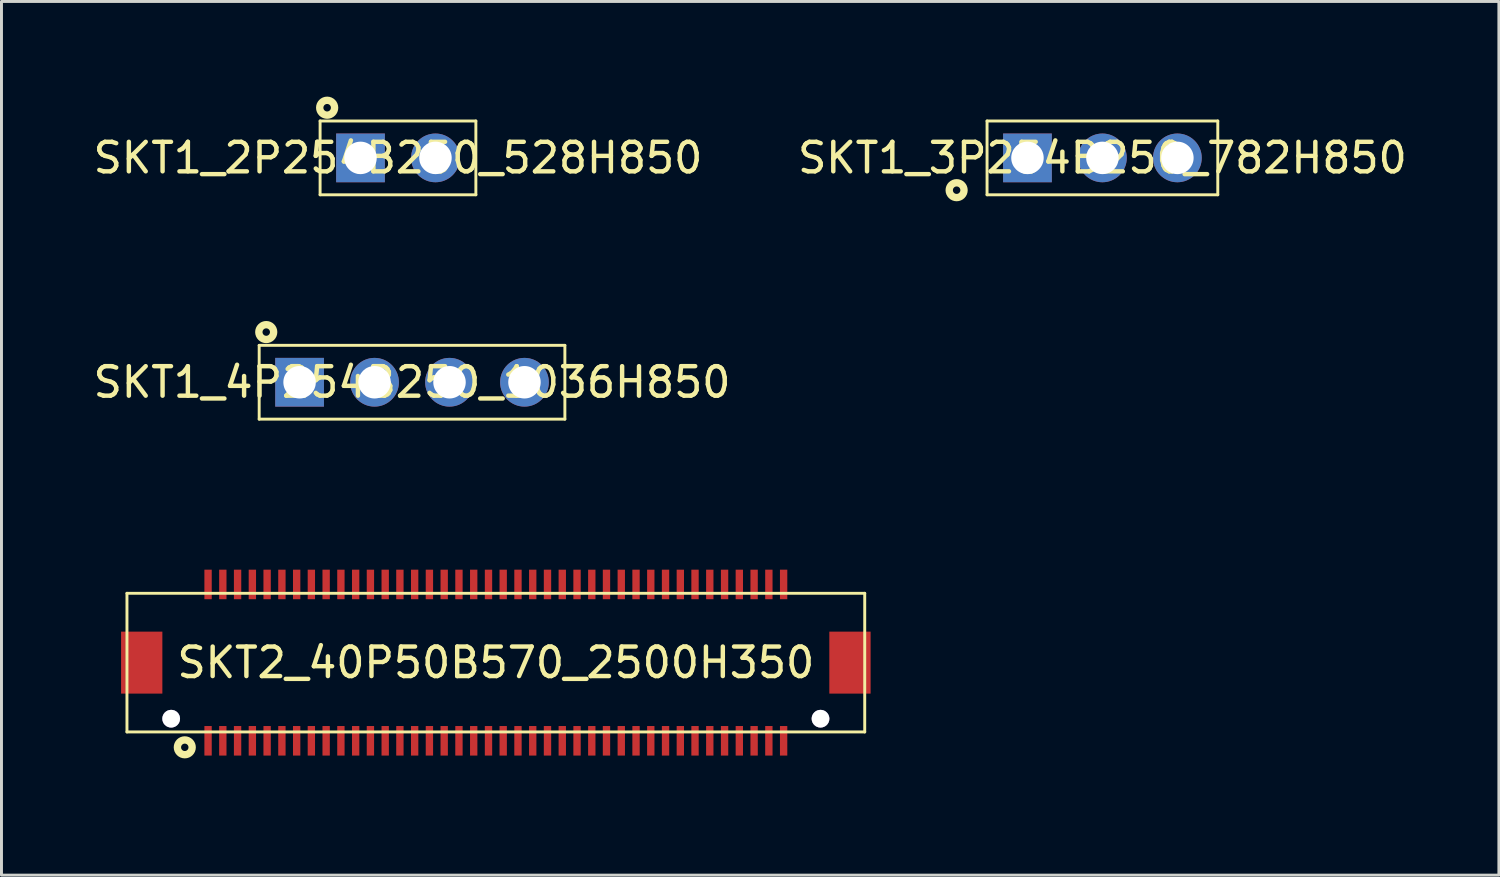
<source format=kicad_pcb>
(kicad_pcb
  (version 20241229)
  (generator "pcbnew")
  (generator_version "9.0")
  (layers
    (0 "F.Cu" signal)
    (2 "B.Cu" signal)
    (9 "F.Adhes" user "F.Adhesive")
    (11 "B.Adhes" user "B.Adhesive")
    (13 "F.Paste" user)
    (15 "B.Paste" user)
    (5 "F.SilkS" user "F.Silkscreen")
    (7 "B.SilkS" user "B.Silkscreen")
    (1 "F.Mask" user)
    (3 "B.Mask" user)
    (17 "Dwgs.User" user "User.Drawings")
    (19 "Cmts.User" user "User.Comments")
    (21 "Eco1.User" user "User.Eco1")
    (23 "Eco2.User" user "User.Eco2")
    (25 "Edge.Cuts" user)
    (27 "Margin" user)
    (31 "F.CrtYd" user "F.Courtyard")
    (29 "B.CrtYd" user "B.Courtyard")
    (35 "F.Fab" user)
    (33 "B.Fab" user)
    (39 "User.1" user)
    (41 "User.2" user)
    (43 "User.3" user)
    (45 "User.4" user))
  (footprint "SKT1_2P254B250_528H850"
    (layer "F.Cu")
    (at 10.435 2.3)
    (property "Reference" "SKT1_2P254B250_528H850" (at 0 0 0) (layer "F.SilkS") (effects (font (size 1 1) (thickness 0.15))))
    (fp_line (start -2.639 -1.25) (end -2.639 1.25) (stroke (width 0.099) (type default)) (layer "F.SilkS"))
    (fp_line (start 2.639 -1.25) (end -2.639 -1.25) (stroke (width 0.099) (type default)) (layer "F.SilkS"))
    (fp_line (start 2.639 -1.25) (end 2.639 1.25) (stroke (width 0.099) (type default)) (layer "F.SilkS"))
    (fp_line (start 2.639 1.25) (end -2.639 1.25) (stroke (width 0.099) (type default)) (layer "F.SilkS"))
    (fp_circle (center -2.4 -1.7) (end -2.148 -1.7) (stroke (width 0.249) (type default)) (fill no) (layer "F.SilkS"))
    (fp_line (start -3.64 -2.251) (end -3.64 2.251) (stroke (width 0.025) (type default)) (layer "User.1"))
    (fp_line (start 3.64 -2.251) (end -3.64 -2.251) (stroke (width 0.025) (type default)) (layer "User.1"))
    (fp_line (start 3.64 -2.251) (end 3.64 2.251) (stroke (width 0.025) (type default)) (layer "User.1"))
    (fp_line (start 3.64 2.251) (end -3.64 2.251) (stroke (width 0.025) (type default)) (layer "User.1"))
    (fp_poly (pts (xy -3.099 1.829) (xy -3.099 -1.829) (xy 3.099 -1.829) (xy 3.099 1.829)) (stroke (width 0.1) (type default)) (fill no) (layer "User.1"))
    (fp_poly (pts (xy -3.099 1.829) (xy -3.099 -1.829) (xy 3.099 -1.829) (xy 3.099 1.829)) (stroke (width 0.1) (type default)) (fill no) (layer "User.1"))
    (fp_poly (pts (xy -2.639 1.25) (xy 2.639 1.25) (xy 2.639 -1.25) (xy -2.639 -1.25)) (stroke (width 0.1) (type default)) (fill no) (layer "User.1"))
    (fp_poly (pts (xy -2.639 1.25) (xy 2.639 1.25) (xy 2.639 -1.25) (xy -2.639 -1.25)) (stroke (width 0.1) (type default)) (fill no) (layer "User.1"))
    (fp_poly (pts (xy -3.64 2.251) (xy -2.659 2.251) (xy -2.659 -1.27) (xy 2.659 -1.27) (xy 2.659 1.28) (xy -2.639 1.28) (xy -2.639 2.251) (xy 3.64 2.251) (xy 3.64 -2.251) (xy -3.64 -2.251)) (stroke (width 0.1) (type default)) (fill no) (layer "User.1"))
    (fp_poly (pts (xy -3.64 2.251) (xy -2.659 2.251) (xy -2.659 -1.27) (xy 2.659 -1.27) (xy 2.659 1.28) (xy -2.639 1.28) (xy -2.639 2.251) (xy 3.64 2.251) (xy 3.64 -2.251) (xy -3.64 -2.251)) (stroke (width 0.1) (type default)) (fill no) (layer "User.1"))
    (pad "1" thru_hole rect (at -1.27 0 180) (size 1.651 1.651) (drill 1.1) (layers "*.Cu" "*.Mask"))
    (pad "2" thru_hole circle (at 1.27 0 180) (size 1.651 1.651) (drill 1.1) (layers "*.Cu" "*.Mask")))
  (footprint "SKT1_4P254B250_1036H850"
    (layer "F.Cu")
    (at 10.911 9.902)
    (property "Reference" "SKT1_4P254B250_1036H850" (at 0 0 0) (layer "F.SilkS") (effects (font (size 1 1) (thickness 0.15))))
    (fp_line (start -5.179 -1.25) (end 5.179 -1.25) (stroke (width 0.099) (type default)) (layer "F.SilkS"))
    (fp_line (start -5.179 1.25) (end -5.179 -1.25) (stroke (width 0.099) (type default)) (layer "F.SilkS"))
    (fp_line (start -5.179 1.25) (end 5.179 1.25) (stroke (width 0.099) (type default)) (layer "F.SilkS"))
    (fp_line (start 5.179 1.25) (end 5.179 -1.25) (stroke (width 0.099) (type default)) (layer "F.SilkS"))
    (fp_circle (center -4.94 -1.7) (end -4.689 -1.7) (stroke (width 0.249) (type default)) (fill no) (layer "F.SilkS"))
    (fp_line (start -6.18 -2.251) (end 6.18 -2.251) (stroke (width 0.025) (type default)) (layer "User.1"))
    (fp_line (start -6.18 2.251) (end -6.18 -2.251) (stroke (width 0.025) (type default)) (layer "User.1"))
    (fp_line (start -6.18 2.251) (end -5.7 2.251) (stroke (width 0.025) (type default)) (layer "User.1"))
    (fp_line (start -5.7 2.251) (end 6.18 2.251) (stroke (width 0.025) (type default)) (layer "User.1"))
    (fp_line (start 6.18 2.251) (end 6.18 -2.251) (stroke (width 0.025) (type default)) (layer "User.1"))
    (fp_poly (pts (xy -5.639 1.829) (xy -5.639 -1.829) (xy 5.7 -1.829) (xy 5.7 1.829)) (stroke (width 0.1) (type default)) (fill no) (layer "User.1"))
    (fp_poly (pts (xy -5.639 1.829) (xy -5.639 -1.829) (xy 5.7 -1.829) (xy 5.7 1.829)) (stroke (width 0.1) (type default)) (fill no) (layer "User.1"))
    (fp_poly (pts (xy -5.179 1.25) (xy 5.179 1.25) (xy 5.179 -1.25) (xy -5.179 -1.25)) (stroke (width 0.1) (type default)) (fill no) (layer "User.1"))
    (fp_poly (pts (xy -5.179 1.25) (xy 5.179 1.25) (xy 5.179 -1.25) (xy -5.179 -1.25)) (stroke (width 0.1) (type default)) (fill no) (layer "User.1"))
    (fp_poly (pts (xy -6.18 2.251) (xy -5.22 2.251) (xy -5.22 -1.28) (xy 5.199 -1.28) (xy 5.199 1.28) (xy -5.189 1.28) (xy -5.189 2.251) (xy 6.18 2.251) (xy 6.18 -2.251) (xy -6.18 -2.251)) (stroke (width 0.1) (type default)) (fill no) (layer "User.1"))
    (fp_poly (pts (xy -6.18 2.251) (xy -5.22 2.251) (xy -5.22 -1.28) (xy 5.199 -1.28) (xy 5.199 1.28) (xy -5.189 1.28) (xy -5.189 2.251) (xy 6.18 2.251) (xy 6.18 -2.251) (xy -6.18 -2.251)) (stroke (width 0.1) (type default)) (fill no) (layer "User.1"))
    (pad "1" thru_hole rect (at -3.81 0) (size 1.651 1.651) (drill 1.1) (layers "*.Cu" "*.Mask"))
    (pad "2" thru_hole circle (at -1.27 0) (size 1.651 1.651) (drill 1.1) (layers "*.Cu" "*.Mask"))
    (pad "3" thru_hole circle (at 1.27 0) (size 1.651 1.651) (drill 1.1) (layers "*.Cu" "*.Mask"))
    (pad "4" thru_hole circle (at 3.81 0) (size 1.651 1.651) (drill 1.1) (layers "*.Cu" "*.Mask")))
  (footprint "SKT2_40P50B570_2500H350"
    (layer "F.Cu")
    (at 13.751 19.402)
    (property "Reference" "SKT2_40P50B570_2500H350" (at 0 0 0) (layer "F.SilkS") (effects (font (size 1 1) (thickness 0.15))))
    (fp_line (start -12.499 -2.349) (end -12.499 2.349) (stroke (width 0.099) (type default)) (layer "F.SilkS"))
    (fp_line (start 12.499 -2.349) (end -12.499 -2.349) (stroke (width 0.099) (type default)) (layer "F.SilkS"))
    (fp_line (start 12.499 -2.349) (end 12.499 2.349) (stroke (width 0.099) (type default)) (layer "F.SilkS"))
    (fp_line (start 12.499 2.349) (end -12.499 2.349) (stroke (width 0.099) (type default)) (layer "F.SilkS"))
    (fp_circle (center -10.54 2.87) (end -10.29 2.87) (stroke (width 0.249) (type default)) (fill no) (layer "F.SilkS"))
    (fp_line (start -13.701 -4.151) (end -13.701 4.151) (stroke (width 0.025) (type default)) (layer "User.1"))
    (fp_line (start 13.701 -4.151) (end -13.701 -4.151) (stroke (width 0.025) (type default)) (layer "User.1"))
    (fp_line (start 13.701 -4.151) (end 13.701 4.151) (stroke (width 0.025) (type default)) (layer "User.1"))
    (fp_line (start 13.701 4.151) (end -13.701 4.151) (stroke (width 0.025) (type default)) (layer "User.1"))
    (fp_poly (pts (xy 12.499 2.349) (xy 12.499 -2.349) (xy -12.499 -2.349) (xy -12.499 2.349)) (stroke (width 0.1) (type default)) (fill no) (layer "User.1"))
    (fp_poly (pts (xy 12.499 2.349) (xy 12.499 -2.349) (xy -12.499 -2.349) (xy -12.499 2.349)) (stroke (width 0.1) (type default)) (fill no) (layer "User.1"))
    (fp_poly (pts (xy 13.701 4.151) (xy 13.701 -4.151) (xy -12.639 -4.151) (xy -12.639 -2.469) (xy 12.659 -2.469) (xy 12.659 2.53) (xy -12.68 2.53) (xy -12.68 -4.151) (xy -13.701 -4.151) (xy -13.701 4.151)) (stroke (width 0.1) (type default)) (fill no) (layer "User.1"))
    (fp_poly (pts (xy 13.701 4.151) (xy 13.701 -4.151) (xy -12.639 -4.151) (xy -12.639 -2.469) (xy 12.659 -2.469) (xy 12.659 2.53) (xy -12.68 2.53) (xy -12.68 -4.151) (xy -13.701 -4.151) (xy -13.701 4.151)) (stroke (width 0.1) (type default)) (fill no) (layer "User.1"))
    (fp_poly (pts (xy -12.311 1.9) (xy -12.266 2.24) (xy -12.136 2.555) (xy -11.927 2.827) (xy -11.655 3.035) (xy -11.339 3.166) (xy -11 3.211) (xy -10.661 3.166) (xy -10.345 3.035) (xy -10.073 2.827) (xy -9.864 2.555) (xy -9.734 2.24) (xy -9.689 1.9) (xy -9.734 1.56) (xy -9.864 1.244) (xy -10.073 0.973) (xy -10.345 0.764) (xy -10.661 0.634) (xy -11 0.589) (xy -11.339 0.634) (xy -11.655 0.764) (xy -11.927 0.973) (xy -12.136 1.244) (xy -12.266 1.56)) (stroke (width 0.1) (type default)) (fill no) (layer "User.1"))
    (fp_poly (pts (xy -12.311 1.9) (xy -12.266 2.24) (xy -12.136 2.555) (xy -11.927 2.827) (xy -11.655 3.035) (xy -11.339 3.166) (xy -11 3.211) (xy -10.661 3.166) (xy -10.345 3.035) (xy -10.073 2.827) (xy -9.864 2.555) (xy -9.734 2.24) (xy -9.689 1.9) (xy -9.734 1.56) (xy -9.864 1.244) (xy -10.073 0.973) (xy -10.345 0.764) (xy -10.661 0.634) (xy -11 0.589) (xy -11.339 0.634) (xy -11.655 0.764) (xy -11.927 0.973) (xy -12.136 1.244) (xy -12.266 1.56)) (stroke (width 0.1) (type default)) (fill no) (layer "User.1"))
    (fp_poly (pts (xy 9.688 1.9) (xy 9.732 2.24) (xy 9.864 2.556) (xy 10.072 2.828) (xy 10.344 3.037) (xy 10.661 3.168) (xy 11 3.212) (xy 11.339 3.168) (xy 11.656 3.037) (xy 11.928 2.828) (xy 12.136 2.556) (xy 12.268 2.24) (xy 12.312 1.9) (xy 12.268 1.56) (xy 12.136 1.244) (xy 11.928 0.972) (xy 11.656 0.763) (xy 11.339 0.632) (xy 11 0.588) (xy 10.661 0.632) (xy 10.344 0.763) (xy 10.072 0.972) (xy 9.864 1.244) (xy 9.732 1.56)) (stroke (width 0.1) (type default)) (fill no) (layer "User.1"))
    (fp_poly (pts (xy 9.688 1.9) (xy 9.732 2.24) (xy 9.864 2.556) (xy 10.072 2.828) (xy 10.344 3.037) (xy 10.661 3.168) (xy 11 3.212) (xy 11.339 3.168) (xy 11.656 3.037) (xy 11.928 2.828) (xy 12.136 2.556) (xy 12.268 2.24) (xy 12.312 1.9) (xy 12.268 1.56) (xy 12.136 1.244) (xy 11.928 0.972) (xy 11.656 0.763) (xy 11.339 0.632) (xy 11 0.588) (xy 10.661 0.632) (xy 10.344 0.763) (xy 10.072 0.972) (xy 9.864 1.244) (xy 9.732 1.56)) (stroke (width 0.1) (type default)) (fill no) (layer "User.1"))
    (pad "1" smd rect (at -9.751 2.649 180) (size 0.249 1.001) (layers "F.Cu" "F.Mask" "F.Paste"))
    (pad "2" smd rect (at -9.751 -2.649 180) (size 0.249 1.001) (layers "F.Cu" "F.Mask" "F.Paste"))
    (pad "3" smd rect (at -9.251 2.649 180) (size 0.249 1.001) (layers "F.Cu" "F.Mask" "F.Paste"))
    (pad "4" smd rect (at -9.251 -2.649 180) (size 0.249 1.001) (layers "F.Cu" "F.Mask" "F.Paste"))
    (pad "5" smd rect (at -8.751 2.649 180) (size 0.249 1.001) (layers "F.Cu" "F.Mask" "F.Paste"))
    (pad "6" smd rect (at -8.751 -2.649 180) (size 0.249 1.001) (layers "F.Cu" "F.Mask" "F.Paste"))
    (pad "7" smd rect (at -8.25 2.649 180) (size 0.249 1.001) (layers "F.Cu" "F.Mask" "F.Paste"))
    (pad "8" smd rect (at -8.25 -2.649 180) (size 0.249 1.001) (layers "F.Cu" "F.Mask" "F.Paste"))
    (pad "9" smd rect (at -7.75 2.649 180) (size 0.249 1.001) (layers "F.Cu" "F.Mask" "F.Paste"))
    (pad "10" smd rect (at -7.75 -2.649 180) (size 0.249 1.001) (layers "F.Cu" "F.Mask" "F.Paste"))
    (pad "11" smd rect (at -7.249 2.649 180) (size 0.249 1.001) (layers "F.Cu" "F.Mask" "F.Paste"))
    (pad "12" smd rect (at -7.249 -2.649 180) (size 0.249 1.001) (layers "F.Cu" "F.Mask" "F.Paste"))
    (pad "13" smd rect (at -6.749 2.649 180) (size 0.249 1.001) (layers "F.Cu" "F.Mask" "F.Paste"))
    (pad "14" smd rect (at -6.749 -2.649 180) (size 0.249 1.001) (layers "F.Cu" "F.Mask" "F.Paste"))
    (pad "15" smd rect (at -6.251 2.649 180) (size 0.249 1.001) (layers "F.Cu" "F.Mask" "F.Paste"))
    (pad "16" smd rect (at -6.251 -2.649 180) (size 0.249 1.001) (layers "F.Cu" "F.Mask" "F.Paste"))
    (pad "17" smd rect (at -5.75 2.649 180) (size 0.249 1.001) (layers "F.Cu" "F.Mask" "F.Paste"))
    (pad "18" smd rect (at -5.75 -2.649 180) (size 0.249 1.001) (layers "F.Cu" "F.Mask" "F.Paste"))
    (pad "19" smd rect (at -5.25 2.649 180) (size 0.249 1.001) (layers "F.Cu" "F.Mask" "F.Paste"))
    (pad "20" smd rect (at -5.25 -2.649 180) (size 0.249 1.001) (layers "F.Cu" "F.Mask" "F.Paste"))
    (pad "21" smd rect (at -4.75 2.649 180) (size 0.249 1.001) (layers "F.Cu" "F.Mask" "F.Paste"))
    (pad "22" smd rect (at -4.75 -2.649 180) (size 0.249 1.001) (layers "F.Cu" "F.Mask" "F.Paste"))
    (pad "23" smd rect (at -4.25 2.649 180) (size 0.249 1.001) (layers "F.Cu" "F.Mask" "F.Paste"))
    (pad "24" smd rect (at -4.25 -2.649 180) (size 0.249 1.001) (layers "F.Cu" "F.Mask" "F.Paste"))
    (pad "25" smd rect (at -3.749 2.649 180) (size 0.249 1.001) (layers "F.Cu" "F.Mask" "F.Paste"))
    (pad "26" smd rect (at -3.749 -2.649 180) (size 0.249 1.001) (layers "F.Cu" "F.Mask" "F.Paste"))
    (pad "27" smd rect (at -3.251 2.649 180) (size 0.249 1.001) (layers "F.Cu" "F.Mask" "F.Paste"))
    (pad "28" smd rect (at -3.251 -2.649 180) (size 0.249 1.001) (layers "F.Cu" "F.Mask" "F.Paste"))
    (pad "29" smd rect (at -2.751 2.649 180) (size 0.249 1.001) (layers "F.Cu" "F.Mask" "F.Paste"))
    (pad "30" smd rect (at -2.751 -2.649 180) (size 0.249 1.001) (layers "F.Cu" "F.Mask" "F.Paste"))
    (pad "31" smd rect (at -2.251 2.649 180) (size 0.249 1.001) (layers "F.Cu" "F.Mask" "F.Paste"))
    (pad "32" smd rect (at -2.251 -2.649 180) (size 0.249 1.001) (layers "F.Cu" "F.Mask" "F.Paste"))
    (pad "33" smd rect (at -1.75 2.649 180) (size 0.249 1.001) (layers "F.Cu" "F.Mask" "F.Paste"))
    (pad "34" smd rect (at -1.75 -2.649 180) (size 0.249 1.001) (layers "F.Cu" "F.Mask" "F.Paste"))
    (pad "35" smd rect (at -1.25 2.649 180) (size 0.249 1.001) (layers "F.Cu" "F.Mask" "F.Paste"))
    (pad "36" smd rect (at -1.25 -2.649 180) (size 0.249 1.001) (layers "F.Cu" "F.Mask" "F.Paste"))
    (pad "37" smd rect (at -0.75 2.649 180) (size 0.249 1.001) (layers "F.Cu" "F.Mask" "F.Paste"))
    (pad "38" smd rect (at -0.75 -2.649 180) (size 0.249 1.001) (layers "F.Cu" "F.Mask" "F.Paste"))
    (pad "39" smd rect (at -0.249 2.649 180) (size 0.249 1.001) (layers "F.Cu" "F.Mask" "F.Paste"))
    (pad "40" smd rect (at -0.249 -2.649 180) (size 0.249 1.001) (layers "F.Cu" "F.Mask" "F.Paste"))
    (pad "41" smd rect (at 0.249 2.649 180) (size 0.249 1.001) (layers "F.Cu" "F.Mask" "F.Paste"))
    (pad "42" smd rect (at 0.249 -2.649 180) (size 0.249 1.001) (layers "F.Cu" "F.Mask" "F.Paste"))
    (pad "43" smd rect (at 0.75 2.649 180) (size 0.249 1.001) (layers "F.Cu" "F.Mask" "F.Paste"))
    (pad "44" smd rect (at 0.75 -2.649 180) (size 0.249 1.001) (layers "F.Cu" "F.Mask" "F.Paste"))
    (pad "45" smd rect (at 1.25 2.649 180) (size 0.249 1.001) (layers "F.Cu" "F.Mask" "F.Paste"))
    (pad "46" smd rect (at 1.25 -2.649 180) (size 0.249 1.001) (layers "F.Cu" "F.Mask" "F.Paste"))
    (pad "47" smd rect (at 1.75 2.649 180) (size 0.249 1.001) (layers "F.Cu" "F.Mask" "F.Paste"))
    (pad "48" smd rect (at 1.75 -2.649 180) (size 0.249 1.001) (layers "F.Cu" "F.Mask" "F.Paste"))
    (pad "49" smd rect (at 2.251 2.649 180) (size 0.249 1.001) (layers "F.Cu" "F.Mask" "F.Paste"))
    (pad "50" smd rect (at 2.251 -2.649 180) (size 0.249 1.001) (layers "F.Cu" "F.Mask" "F.Paste"))
    (pad "51" smd rect (at 2.751 2.649 180) (size 0.249 1.001) (layers "F.Cu" "F.Mask" "F.Paste"))
    (pad "52" smd rect (at 2.751 -2.649 180) (size 0.249 1.001) (layers "F.Cu" "F.Mask" "F.Paste"))
    (pad "53" smd rect (at 3.251 2.649 180) (size 0.249 1.001) (layers "F.Cu" "F.Mask" "F.Paste"))
    (pad "54" smd rect (at 3.251 -2.649 180) (size 0.249 1.001) (layers "F.Cu" "F.Mask" "F.Paste"))
    (pad "55" smd rect (at 3.749 2.649 180) (size 0.249 1.001) (layers "F.Cu" "F.Mask" "F.Paste"))
    (pad "56" smd rect (at 3.749 -2.649 180) (size 0.249 1.001) (layers "F.Cu" "F.Mask" "F.Paste"))
    (pad "57" smd rect (at 4.25 2.649 180) (size 0.249 1.001) (layers "F.Cu" "F.Mask" "F.Paste"))
    (pad "58" smd rect (at 4.25 -2.649 180) (size 0.249 1.001) (layers "F.Cu" "F.Mask" "F.Paste"))
    (pad "59" smd rect (at 4.75 2.649 180) (size 0.249 1.001) (layers "F.Cu" "F.Mask" "F.Paste"))
    (pad "60" smd rect (at 4.75 -2.649 180) (size 0.249 1.001) (layers "F.Cu" "F.Mask" "F.Paste"))
    (pad "61" smd rect (at 5.25 2.649 180) (size 0.249 1.001) (layers "F.Cu" "F.Mask" "F.Paste"))
    (pad "62" smd rect (at 5.25 -2.649 180) (size 0.249 1.001) (layers "F.Cu" "F.Mask" "F.Paste"))
    (pad "63" smd rect (at 5.75 2.649 180) (size 0.249 1.001) (layers "F.Cu" "F.Mask" "F.Paste"))
    (pad "64" smd rect (at 5.75 -2.649 180) (size 0.249 1.001) (layers "F.Cu" "F.Mask" "F.Paste"))
    (pad "65" smd rect (at 6.251 2.649 180) (size 0.249 1.001) (layers "F.Cu" "F.Mask" "F.Paste"))
    (pad "66" smd rect (at 6.251 -2.649 180) (size 0.249 1.001) (layers "F.Cu" "F.Mask" "F.Paste"))
    (pad "67" smd rect (at 6.749 2.649 180) (size 0.249 1.001) (layers "F.Cu" "F.Mask" "F.Paste"))
    (pad "68" smd rect (at 6.749 -2.649 180) (size 0.249 1.001) (layers "F.Cu" "F.Mask" "F.Paste"))
    (pad "69" smd rect (at 7.249 2.649 180) (size 0.249 1.001) (layers "F.Cu" "F.Mask" "F.Paste"))
    (pad "70" smd rect (at 7.249 -2.649 180) (size 0.249 1.001) (layers "F.Cu" "F.Mask" "F.Paste"))
    (pad "71" smd rect (at 7.75 2.649 180) (size 0.249 1.001) (layers "F.Cu" "F.Mask" "F.Paste"))
    (pad "72" smd rect (at 7.75 -2.649 180) (size 0.249 1.001) (layers "F.Cu" "F.Mask" "F.Paste"))
    (pad "73" smd rect (at 8.25 2.649 180) (size 0.249 1.001) (layers "F.Cu" "F.Mask" "F.Paste"))
    (pad "74" smd rect (at 8.25 -2.649 180) (size 0.249 1.001) (layers "F.Cu" "F.Mask" "F.Paste"))
    (pad "75" smd rect (at 8.751 2.649 180) (size 0.249 1.001) (layers "F.Cu" "F.Mask" "F.Paste"))
    (pad "76" smd rect (at 8.751 -2.649 180) (size 0.249 1.001) (layers "F.Cu" "F.Mask" "F.Paste"))
    (pad "77" smd rect (at 9.251 2.649 180) (size 0.249 1.001) (layers "F.Cu" "F.Mask" "F.Paste"))
    (pad "78" smd rect (at 9.251 -2.649 180) (size 0.249 1.001) (layers "F.Cu" "F.Mask" "F.Paste"))
    (pad "79" smd rect (at 9.751 2.649 180) (size 0.249 1.001) (layers "F.Cu" "F.Mask" "F.Paste"))
    (pad "80" smd rect (at 9.751 -2.649 180) (size 0.249 1.001) (layers "F.Cu" "F.Mask" "F.Paste"))
    (pad "81" smd rect (at 11.999 0 180) (size 1.399 2.1) (layers "F.Cu" "F.Mask" "F.Paste"))
    (pad "82" smd rect (at -11.999 0 180) (size 1.399 2.1) (layers "F.Cu" "F.Mask" "F.Paste"))
    (pad "83" thru_hole circle (at -11.001 1.9 180) (size 0.6 0.6) (drill 0.6) (layers "*.Cu" "*.Mask"))
    (pad "84" thru_hole circle (at 11.001 1.9 180) (size 0.6 0.6) (drill 0.6) (layers "*.Cu" "*.Mask"))
    (zone (net_name "") (layer "Edge.Cuts") (hatch edge 0.5) (connect_pads) (min_thickness 0.25) (filled_areas_thickness no) (keepout (tracks not_allowed) (vias not_allowed) (pads not_allowed) (copperpour not_allowed) (footprints allowed)) (placement (enabled no)) (fill) (polygon (pts (xy 2.966 20.784) (xy 3.027 20.825) (xy 3.148 20.905) (xy 3.269 21.087) (xy 3.312 21.302) (xy 3.269 21.517) (xy 3.148 21.7) (xy 3.027 21.78) (xy 2.966 21.821) (xy 2.751 21.863) (xy 2.536 21.821) (xy 2.354 21.7) (xy 2.232 21.517) (xy 2.19 21.302) (xy 2.232 21.087) (xy 2.354 20.905) (xy 2.536 20.784) (xy 2.751 20.741))))
    (zone (net_name "") (layer "Edge.Cuts") (hatch edge 0.5) (connect_pads) (min_thickness 0.25) (filled_areas_thickness no) (keepout (tracks not_allowed) (vias not_allowed) (pads not_allowed) (copperpour not_allowed) (footprints allowed)) (placement (enabled no)) (fill) (polygon (pts (xy 24.965 20.785) (xy 25.026 20.826) (xy 25.147 20.907) (xy 25.268 21.088) (xy 25.311 21.302) (xy 25.268 21.517) (xy 25.147 21.698) (xy 25.026 21.779) (xy 24.965 21.82) (xy 24.751 21.863) (xy 24.537 21.82) (xy 24.355 21.698) (xy 24.233 21.517) (xy 24.191 21.302) (xy 24.233 21.088) (xy 24.355 20.907) (xy 24.537 20.785) (xy 24.751 20.742)))))
  (footprint "SKT1_3P254B250_782H850"
    (layer "F.Cu")
    (at 34.304 2.3)
    (property "Reference" "SKT1_3P254B250_782H850" (at 0 0 0) (layer "F.SilkS") (effects (font (size 1 1) (thickness 0.15))))
    (fp_line (start -3.909 -1.25) (end 3.909 -1.25) (stroke (width 0.099) (type default)) (layer "F.SilkS"))
    (fp_line (start -3.909 1.25) (end -3.909 -1.25) (stroke (width 0.099) (type default)) (layer "F.SilkS"))
    (fp_line (start -3.909 1.25) (end 3.909 1.25) (stroke (width 0.099) (type default)) (layer "F.SilkS"))
    (fp_line (start 3.909 1.25) (end 3.909 -1.25) (stroke (width 0.099) (type default)) (layer "F.SilkS"))
    (fp_circle (center -4.94 1.094) (end -4.689 1.094) (stroke (width 0.249) (type default)) (fill no) (layer "F.SilkS"))
    (fp_line (start -4.91 -2.251) (end 4.91 -2.251) (stroke (width 0.025) (type default)) (layer "User.1"))
    (fp_line (start -4.91 2.251) (end -4.91 -2.251) (stroke (width 0.025) (type default)) (layer "User.1"))
    (fp_line (start -4.91 2.251) (end 4.91 2.251) (stroke (width 0.025) (type default)) (layer "User.1"))
    (fp_line (start 4.91 2.251) (end 4.91 -2.251) (stroke (width 0.025) (type default)) (layer "User.1"))
    (fp_poly (pts (xy -4.369 1.829) (xy -4.369 -1.829) (xy 4.399 -1.829) (xy 4.399 1.829)) (stroke (width 0.1) (type default)) (fill no) (layer "User.1"))
    (fp_poly (pts (xy -4.369 1.829) (xy -4.369 -1.829) (xy 4.399 -1.829) (xy 4.399 1.829)) (stroke (width 0.1) (type default)) (fill no) (layer "User.1"))
    (fp_poly (pts (xy -3.909 1.25) (xy 3.909 1.25) (xy 3.909 -1.25) (xy -3.909 -1.25)) (stroke (width 0.1) (type default)) (fill no) (layer "User.1"))
    (fp_poly (pts (xy -3.909 1.25) (xy 3.909 1.25) (xy 3.909 -1.25) (xy -3.909 -1.25)) (stroke (width 0.1) (type default)) (fill no) (layer "User.1"))
    (fp_poly (pts (xy -4.91 2.251) (xy -3.929 2.251) (xy -3.929 -1.27) (xy 3.919 -1.27) (xy 3.919 1.27) (xy -3.909 1.27) (xy -3.909 2.251) (xy 4.91 2.251) (xy 4.91 -2.251) (xy -4.91 -2.251)) (stroke (width 0.1) (type default)) (fill no) (layer "User.1"))
    (fp_poly (pts (xy -4.91 2.251) (xy -3.929 2.251) (xy -3.929 -1.27) (xy 3.919 -1.27) (xy 3.919 1.27) (xy -3.909 1.27) (xy -3.909 2.251) (xy 4.91 2.251) (xy 4.91 -2.251) (xy -4.91 -2.251)) (stroke (width 0.1) (type default)) (fill no) (layer "User.1"))
    (pad "1" thru_hole rect (at -2.54 0) (size 1.651 1.651) (drill 1.1) (layers "*.Cu" "*.Mask"))
    (pad "2" thru_hole circle (at 0 0) (size 1.651 1.651) (drill 1.1) (layers "*.Cu" "*.Mask"))
    (pad "3" thru_hole circle (at 2.54 0) (size 1.651 1.651) (drill 1.1) (layers "*.Cu" "*.Mask")))
  (gr_rect
    (start -3 -3)
    (end 47.738 26.603)
    (stroke (width 0.1) (type default))
    (fill no)
    (layer "Edge.Cuts")))
</source>
